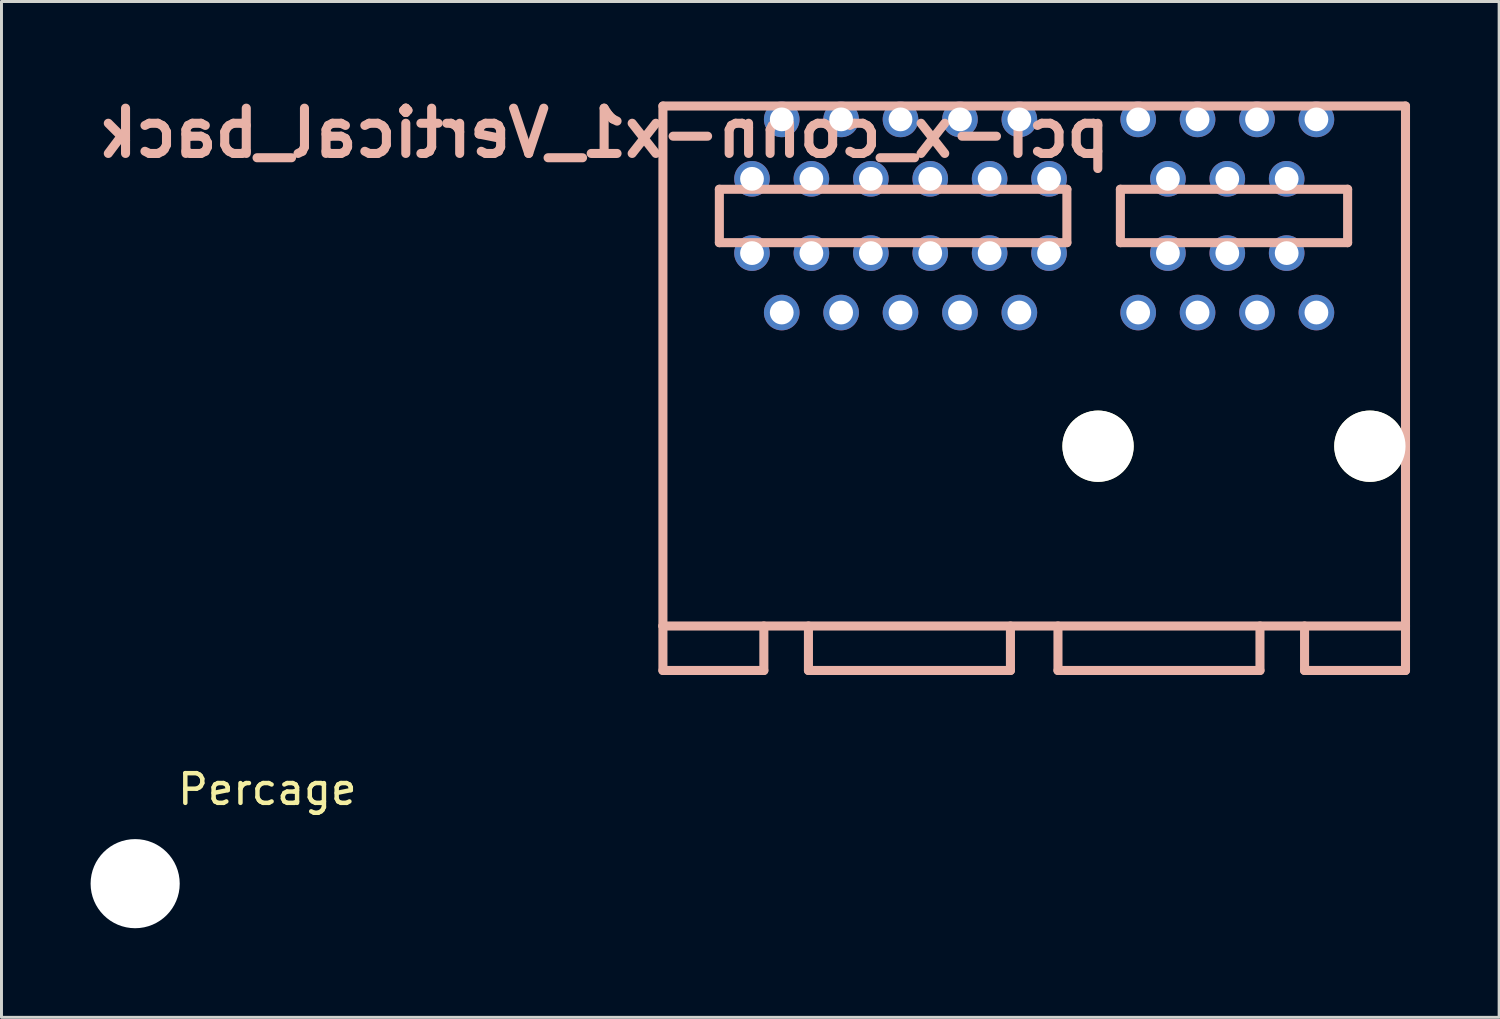
<source format=kicad_pcb>
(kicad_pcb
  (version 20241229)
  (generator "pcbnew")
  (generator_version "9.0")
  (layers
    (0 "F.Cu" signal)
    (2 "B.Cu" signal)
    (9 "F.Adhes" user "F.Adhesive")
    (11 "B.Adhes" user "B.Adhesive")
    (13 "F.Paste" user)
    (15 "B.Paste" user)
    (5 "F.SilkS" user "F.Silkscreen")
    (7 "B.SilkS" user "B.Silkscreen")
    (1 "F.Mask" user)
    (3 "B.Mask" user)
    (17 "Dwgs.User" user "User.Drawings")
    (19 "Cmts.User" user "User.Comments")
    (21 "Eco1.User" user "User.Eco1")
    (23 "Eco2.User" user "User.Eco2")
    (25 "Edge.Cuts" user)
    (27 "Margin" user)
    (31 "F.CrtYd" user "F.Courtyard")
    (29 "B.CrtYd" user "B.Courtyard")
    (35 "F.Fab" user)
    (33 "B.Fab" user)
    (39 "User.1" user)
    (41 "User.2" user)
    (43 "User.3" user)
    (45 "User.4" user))
  (footprint "pci-x_conn-x1_Vertical_back"
    (layer "F.Cu")
    (at 31.765 4.22)
    (property "Reference" "pci-x_conn-x1_Vertical_back" (at -14.478 -2.794 0) (layer "B.SilkS") (effects (font (size 1.524 1.524) (thickness 0.305)) (justify mirror)))
    (attr through_hole)
    (fp_line (start -12.499 -3.701) (end -12.499 13.803) (stroke (width 0.305) (type solid)) (layer "B.SilkS"))
    (fp_line (start -12.499 13.803) (end -12.499 15.301) (stroke (width 0.305) (type solid)) (layer "B.SilkS"))
    (fp_line (start -12.499 13.803) (end 12.499 13.803) (stroke (width 0.305) (type solid)) (layer "B.SilkS"))
    (fp_line (start -12.499 15.301) (end -9.101 15.301) (stroke (width 0.305) (type solid)) (layer "B.SilkS"))
    (fp_line (start -10.599 -0.899) (end -10.599 0.899) (stroke (width 0.305) (type solid)) (layer "B.SilkS"))
    (fp_line (start -9.101 13.803) (end -9.101 15.301) (stroke (width 0.305) (type solid)) (layer "B.SilkS"))
    (fp_line (start -7.6 13.803) (end -7.6 15.301) (stroke (width 0.305) (type solid)) (layer "B.SilkS"))
    (fp_line (start -7.6 15.301) (end -0.8 15.301) (stroke (width 0.305) (type solid)) (layer "B.SilkS"))
    (fp_line (start -0.8 13.803) (end -0.8 15.301) (stroke (width 0.305) (type solid)) (layer "B.SilkS"))
    (fp_line (start 0.8 13.803) (end 0.8 15.301) (stroke (width 0.305) (type solid)) (layer "B.SilkS"))
    (fp_line (start 0.8 15.301) (end 7.6 15.301) (stroke (width 0.305) (type solid)) (layer "B.SilkS"))
    (fp_line (start 1.1 -0.899) (end -10.599 -0.899) (stroke (width 0.305) (type solid)) (layer "B.SilkS"))
    (fp_line (start 1.1 0.899) (end -10.599 0.899) (stroke (width 0.305) (type solid)) (layer "B.SilkS"))
    (fp_line (start 1.1 0.899) (end 1.1 -0.899) (stroke (width 0.305) (type solid)) (layer "B.SilkS"))
    (fp_line (start 2.901 -0.899) (end 10.551 -0.899) (stroke (width 0.305) (type solid)) (layer "B.SilkS"))
    (fp_line (start 2.901 0.899) (end 2.901 -0.899) (stroke (width 0.305) (type solid)) (layer "B.SilkS"))
    (fp_line (start 7.6 13.803) (end 7.6 15.301) (stroke (width 0.305) (type solid)) (layer "B.SilkS"))
    (fp_line (start 9.101 13.803) (end 9.101 15.301) (stroke (width 0.305) (type solid)) (layer "B.SilkS"))
    (fp_line (start 9.101 15.301) (end 12.499 15.301) (stroke (width 0.305) (type solid)) (layer "B.SilkS"))
    (fp_line (start 10.551 -0.899) (end 10.551 0.899) (stroke (width 0.305) (type solid)) (layer "B.SilkS"))
    (fp_line (start 10.551 0.899) (end 2.901 0.899) (stroke (width 0.305) (type solid)) (layer "B.SilkS"))
    (fp_line (start 12.499 -3.701) (end -12.499 -3.701) (stroke (width 0.305) (type solid)) (layer "B.SilkS"))
    (fp_line (start 12.499 -3.701) (end 12.499 13.803) (stroke (width 0.305) (type solid)) (layer "B.SilkS"))
    (fp_line (start 12.499 13.803) (end 12.499 15.301) (stroke (width 0.305) (type solid)) (layer "B.SilkS"))
    (pad "" np_thru_hole circle (at 2.149 7.751) (size 2.4 2.4) (drill 2.4) (layers "*.Cu" "F.SilkS"))
    (pad "" np_thru_hole circle (at 11.3 7.751) (size 2.4 2.4) (drill 2.4) (layers "*.Cu" "F.SilkS"))
    (pad "A1" thru_hole circle (at -9.5 -1.25) (size 1.199 1.199) (drill 0.8) (layers "*.Cu" "*.Mask"))
    (pad "A2" thru_hole circle (at -8.499 -3.251) (size 1.199 1.199) (drill 0.8) (layers "*.Cu" "*.Mask"))
    (pad "A3" thru_hole circle (at -7.501 -1.25) (size 1.199 1.199) (drill 0.8) (layers "*.Cu" "*.Mask"))
    (pad "A4" thru_hole circle (at -6.5 -3.251) (size 1.199 1.199) (drill 0.8) (layers "*.Cu" "*.Mask"))
    (pad "A5" thru_hole circle (at -5.499 -1.25) (size 1.199 1.199) (drill 0.8) (layers "*.Cu" "*.Mask"))
    (pad "A6" thru_hole circle (at -4.501 -3.251) (size 1.199 1.199) (drill 0.8) (layers "*.Cu" "*.Mask"))
    (pad "A7" thru_hole circle (at -3.5 -1.25) (size 1.199 1.199) (drill 0.8) (layers "*.Cu" "*.Mask"))
    (pad "A8" thru_hole circle (at -2.499 -3.251) (size 1.199 1.199) (drill 0.8) (layers "*.Cu" "*.Mask"))
    (pad "A9" thru_hole circle (at -1.501 -1.25) (size 1.199 1.199) (drill 0.8) (layers "*.Cu" "*.Mask"))
    (pad "A10" thru_hole circle (at -0.5 -3.251) (size 1.199 1.199) (drill 0.8) (layers "*.Cu" "*.Mask"))
    (pad "A11" thru_hole circle (at 0.5 -1.25) (size 1.199 1.199) (drill 0.8) (layers "*.Cu" "*.Mask"))
    (pad "A12" thru_hole circle (at 3.5 -3.251) (size 1.199 1.199) (drill 0.8) (layers "*.Cu" "*.Mask"))
    (pad "A13" thru_hole circle (at 4.501 -1.25) (size 1.199 1.199) (drill 0.8) (layers "*.Cu" "*.Mask"))
    (pad "A14" thru_hole circle (at 5.499 -3.251) (size 1.199 1.199) (drill 0.8) (layers "*.Cu" "*.Mask"))
    (pad "A15" thru_hole circle (at 6.5 -1.25) (size 1.199 1.199) (drill 0.8) (layers "*.Cu" "*.Mask"))
    (pad "A16" thru_hole circle (at 7.501 -3.251) (size 1.199 1.199) (drill 0.8) (layers "*.Cu" "*.Mask"))
    (pad "A17" thru_hole circle (at 8.499 -1.25) (size 1.199 1.199) (drill 0.8) (layers "*.Cu" "*.Mask"))
    (pad "A18" thru_hole circle (at 9.5 -3.251) (size 1.199 1.199) (drill 0.8) (layers "*.Cu" "*.Mask"))
    (pad "B1" thru_hole circle (at -9.5 1.25) (size 1.199 1.199) (drill 0.8) (layers "*.Cu" "*.Mask"))
    (pad "B2" thru_hole circle (at -8.499 3.251) (size 1.199 1.199) (drill 0.8) (layers "*.Cu" "*.Mask"))
    (pad "B3" thru_hole circle (at -7.501 1.25) (size 1.199 1.199) (drill 0.8) (layers "*.Cu" "*.Mask"))
    (pad "B4" thru_hole circle (at -6.5 3.251) (size 1.199 1.199) (drill 0.8) (layers "*.Cu" "*.Mask"))
    (pad "B5" thru_hole circle (at -5.499 1.25) (size 1.199 1.199) (drill 0.8) (layers "*.Cu" "*.Mask"))
    (pad "B6" thru_hole circle (at -4.501 3.251) (size 1.199 1.199) (drill 0.8) (layers "*.Cu" "*.Mask"))
    (pad "B7" thru_hole circle (at -3.5 1.25) (size 1.199 1.199) (drill 0.8) (layers "*.Cu" "*.Mask"))
    (pad "B8" thru_hole circle (at -2.499 3.251) (size 1.199 1.199) (drill 0.8) (layers "*.Cu" "*.Mask"))
    (pad "B9" thru_hole circle (at -1.501 1.25) (size 1.199 1.199) (drill 0.8) (layers "*.Cu" "*.Mask"))
    (pad "B10" thru_hole circle (at -0.5 3.251) (size 1.199 1.199) (drill 0.8) (layers "*.Cu" "*.Mask"))
    (pad "B11" thru_hole circle (at 0.5 1.25) (size 1.199 1.199) (drill 0.8) (layers "*.Cu" "*.Mask"))
    (pad "B12" thru_hole circle (at 3.5 3.251) (size 1.199 1.199) (drill 0.8) (layers "*.Cu" "*.Mask"))
    (pad "B13" thru_hole circle (at 4.501 1.25) (size 1.199 1.199) (drill 0.8) (layers "*.Cu" "*.Mask"))
    (pad "B14" thru_hole circle (at 5.499 3.251) (size 1.199 1.199) (drill 0.8) (layers "*.Cu" "*.Mask"))
    (pad "B15" thru_hole circle (at 6.5 1.25) (size 1.199 1.199) (drill 0.8) (layers "*.Cu" "*.Mask"))
    (pad "B16" thru_hole circle (at 7.501 3.251) (size 1.199 1.199) (drill 0.8) (layers "*.Cu" "*.Mask"))
    (pad "B17" thru_hole circle (at 8.499 1.25) (size 1.199 1.199) (drill 0.8) (layers "*.Cu" "*.Mask"))
    (pad "B18" thru_hole circle (at 9.5 3.251) (size 1.199 1.199) (drill 0.8) (layers "*.Cu" "*.Mask")))
  (footprint "Percage"
    (layer "F.Cu")
    (at 1.475 26.672)
    (property "Reference" "Percage" (at 4.475 -3.15 0) (layer "F.SilkS") (effects (font (size 1 1) (thickness 0.15))))
    (attr through_hole)
    (pad "" np_thru_hole circle (at 0.025 0.025) (size 3 3) (drill 3) (layers "*.Cu" "*.Mask")))
  (gr_rect
    (start -3 -3)
    (end 47.416 31.197)
    (stroke (width 0.1) (type default))
    (fill no)
    (layer "Edge.Cuts")))
</source>
